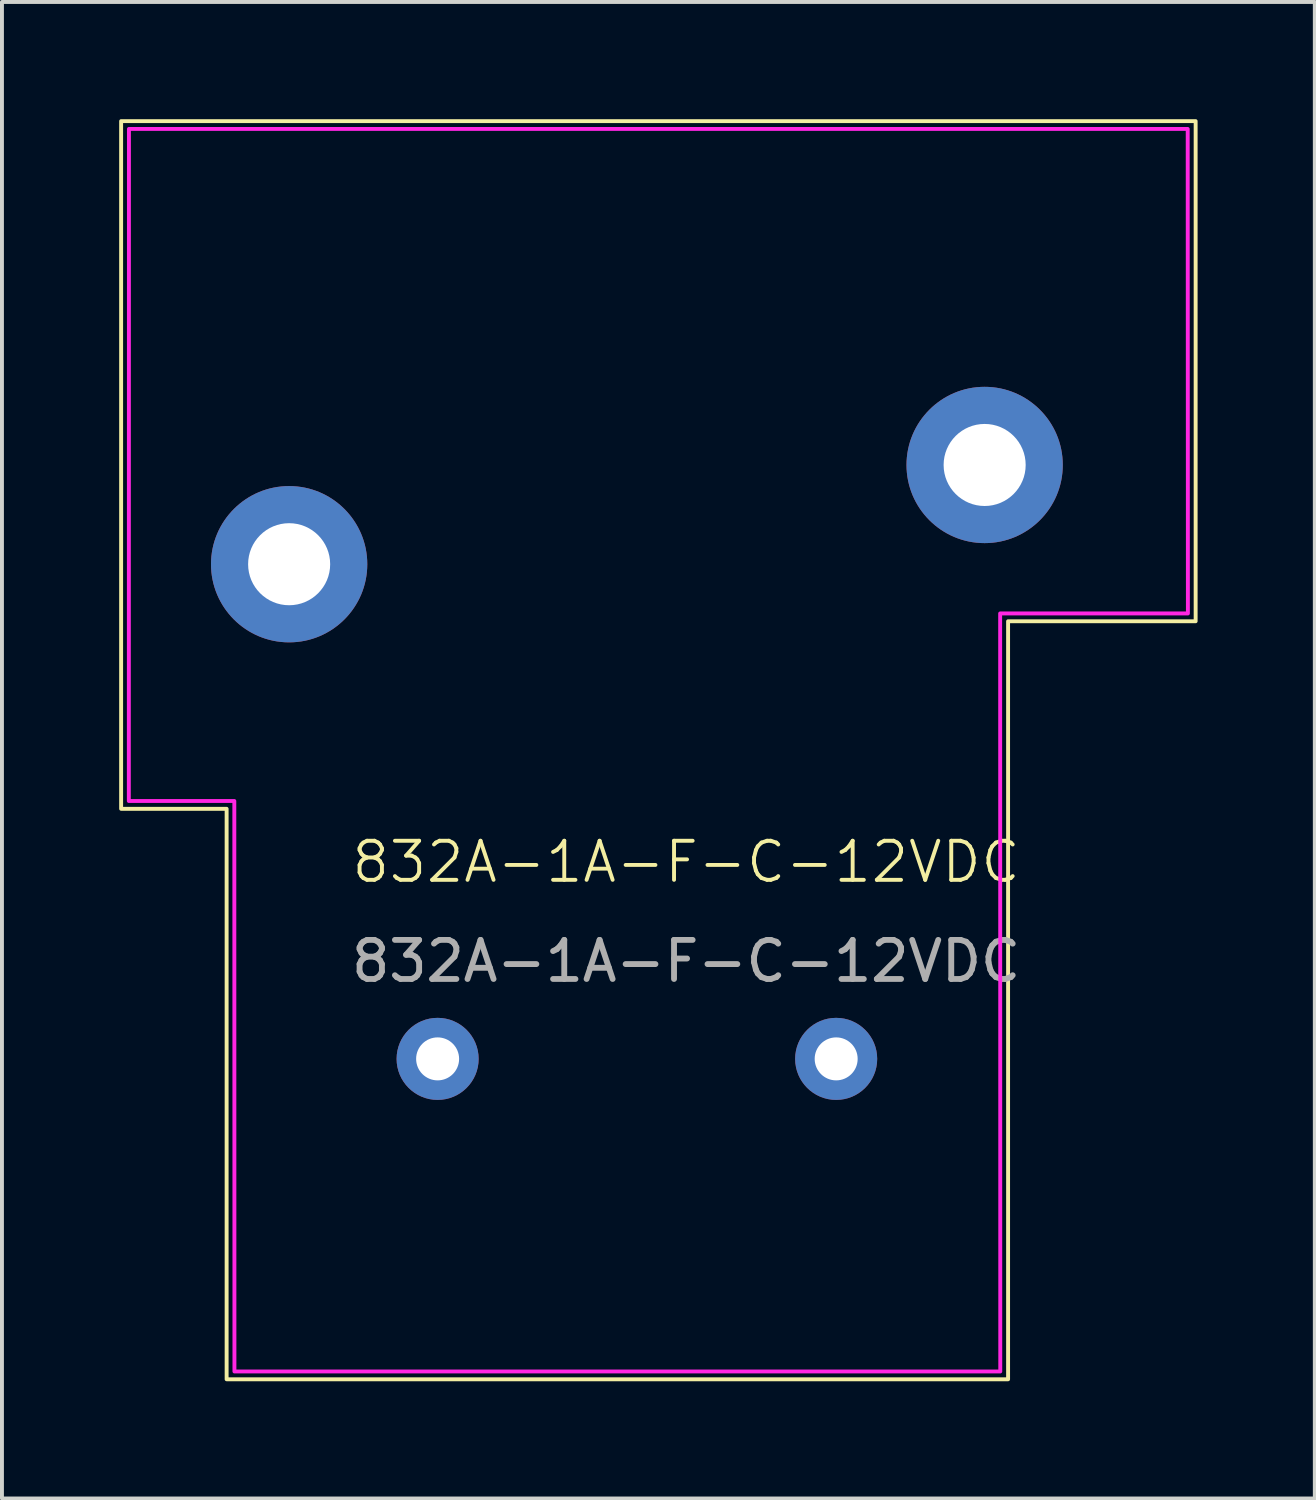
<source format=kicad_pcb>
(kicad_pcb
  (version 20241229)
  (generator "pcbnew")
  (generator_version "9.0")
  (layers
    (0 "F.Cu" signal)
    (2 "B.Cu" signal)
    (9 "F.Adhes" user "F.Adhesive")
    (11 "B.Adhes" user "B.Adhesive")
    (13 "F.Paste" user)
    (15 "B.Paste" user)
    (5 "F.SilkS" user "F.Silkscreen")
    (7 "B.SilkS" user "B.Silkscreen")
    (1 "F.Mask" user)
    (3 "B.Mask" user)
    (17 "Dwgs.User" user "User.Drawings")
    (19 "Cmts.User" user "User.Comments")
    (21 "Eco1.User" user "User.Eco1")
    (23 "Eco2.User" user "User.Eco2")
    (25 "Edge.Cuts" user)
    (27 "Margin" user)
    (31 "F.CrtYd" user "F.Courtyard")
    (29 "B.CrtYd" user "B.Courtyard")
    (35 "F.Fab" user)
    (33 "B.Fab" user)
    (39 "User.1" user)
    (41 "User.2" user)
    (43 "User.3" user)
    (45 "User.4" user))
  (footprint "832A-1A-F-C-12VDC"
    (layer "F.Cu")
    (at 14.51 19.01)
    (property "Reference" "832A-1A-F-C-12VDC" (at 0 0 0) (unlocked yes) (layer "F.SilkS") (effects (font (size 1 1) (thickness 0.1))))
    (attr through_hole)
    (fp_poly (pts (xy -14.46 -1.36) (xy -11.76 -1.36) (xy -11.76 13.24) (xy 8.24 13.24) (xy 8.24 -6.16) (xy 13.04 -6.16) (xy 13.04 -18.96) (xy -14.46 -18.96)) (stroke (width 0.1) (type solid)) (fill no) (layer "F.SilkS"))
    (fp_poly (pts (xy 12.837 -18.76) (xy 12.842 -6.36) (xy 8.037 -6.36) (xy 8.04 13.04) (xy -11.56 13.04) (xy -11.563 -1.56) (xy -14.263 -1.56) (xy -14.26 -18.76)) (stroke (width 0.1) (type solid)) (fill no) (layer "F.CrtYd"))
    (fp_text user "${REFERENCE}" (at 0 2.54 0) (unlocked yes) (layer "F.Fab") (effects (font (size 1 1) (thickness 0.15))))
    (pad "1" thru_hole circle (at 7.64 -10.16) (size 4 4) (drill 2.1) (layers "*.Cu" "*.Mask"))
    (pad "2" thru_hole circle (at -10.16 -7.62) (size 4 4) (drill 2.1) (layers "*.Cu" "*.Mask"))
    (pad "3" thru_hole circle (at 3.84 5.04) (size 2.1 2.1) (drill 1.1) (layers "*.Cu" "*.Mask"))
    (pad "4" thru_hole circle (at -6.36 5.04) (size 2.1 2.1) (drill 1.1) (layers "*.Cu" "*.Mask")))
  (gr_rect
    (start -3 -3)
    (end 30.6 35.3)
    (stroke (width 0.1) (type default))
    (fill no)
    (layer "Edge.Cuts")))
</source>
